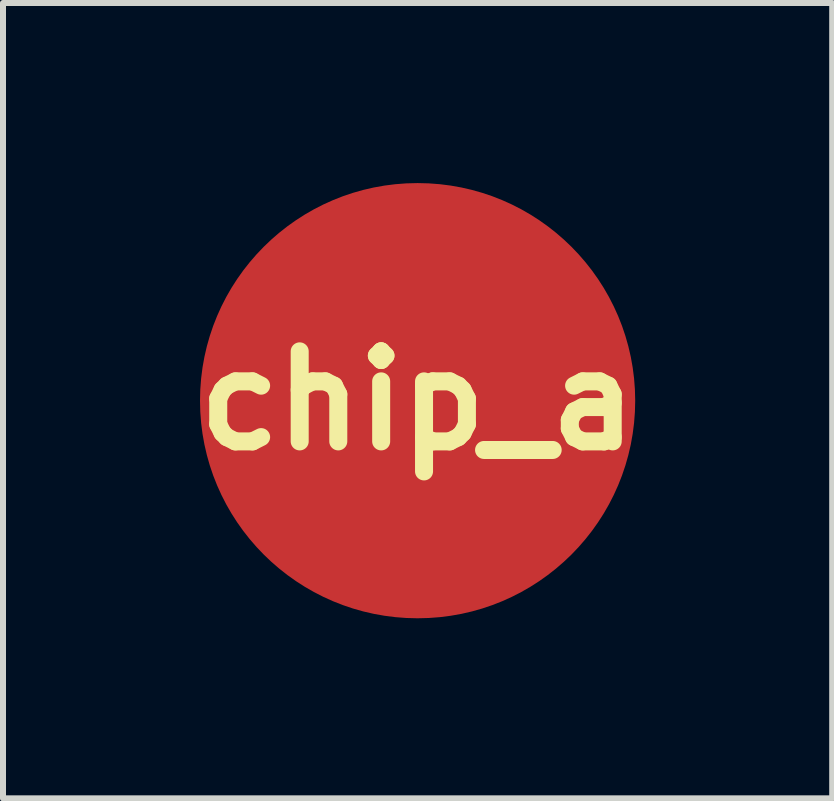
<source format=kicad_pcb>
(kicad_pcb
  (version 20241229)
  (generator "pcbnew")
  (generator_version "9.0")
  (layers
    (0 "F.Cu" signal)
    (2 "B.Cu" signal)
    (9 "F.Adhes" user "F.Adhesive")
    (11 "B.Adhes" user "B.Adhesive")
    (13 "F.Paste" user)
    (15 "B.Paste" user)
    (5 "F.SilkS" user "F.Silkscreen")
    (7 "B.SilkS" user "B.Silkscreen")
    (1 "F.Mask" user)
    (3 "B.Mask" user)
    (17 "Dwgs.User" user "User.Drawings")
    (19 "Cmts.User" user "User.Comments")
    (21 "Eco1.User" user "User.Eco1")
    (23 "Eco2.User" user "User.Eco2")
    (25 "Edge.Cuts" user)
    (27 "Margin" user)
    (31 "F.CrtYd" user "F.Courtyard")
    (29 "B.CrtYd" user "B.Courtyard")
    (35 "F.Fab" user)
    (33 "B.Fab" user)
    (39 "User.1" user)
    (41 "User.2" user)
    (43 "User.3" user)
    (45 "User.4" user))
  (footprint "chip_a"
    (layer "F.Cu")
    (at 3.907 3.625)
    (property "Reference" "chip_a" (at 0 0 0) (layer "F.SilkS") (effects (font (size 1.5 1.5) (thickness 0.3))))
    (attr board_only exclude_from_pos_files exclude_from_bom)
    (fp_poly (pts (xy 0.139 -3.497) (xy 0.234 -3.492) (xy 0.242 -3.491) (xy 0.358 -3.481) (xy 0.474 -3.468) (xy 0.589 -3.45) (xy 0.704 -3.429) (xy 0.817 -3.404) (xy 0.93 -3.375) (xy 1.041 -3.342) (xy 1.151 -3.306) (xy 1.26 -3.266) (xy 1.368 -3.222) (xy 1.474 -3.175) (xy 1.579 -3.124) (xy 1.682 -3.07) (xy 1.783 -3.012) (xy 1.882 -2.951) (xy 1.98 -2.886) (xy 2.076 -2.818) (xy 2.132 -2.776) (xy 2.217 -2.708) (xy 2.3 -2.638) (xy 2.382 -2.564) (xy 2.461 -2.488) (xy 2.538 -2.409) (xy 2.612 -2.33) (xy 2.618 -2.323) (xy 2.694 -2.235) (xy 2.767 -2.144) (xy 2.837 -2.05) (xy 2.904 -1.955) (xy 2.967 -1.856) (xy 3.028 -1.756) (xy 3.085 -1.654) (xy 3.139 -1.549) (xy 3.189 -1.443) (xy 3.201 -1.417) (xy 3.246 -1.31) (xy 3.288 -1.202) (xy 3.326 -1.093) (xy 3.36 -0.982) (xy 3.391 -0.87) (xy 3.418 -0.757) (xy 3.441 -0.643) (xy 3.46 -0.529) (xy 3.476 -0.414) (xy 3.487 -0.298) (xy 3.495 -0.181) (xy 3.499 -0.064) (xy 3.5 0.053) (xy 3.496 0.17) (xy 3.488 0.287) (xy 3.486 0.312) (xy 3.474 0.429) (xy 3.458 0.545) (xy 3.438 0.66) (xy 3.414 0.775) (xy 3.386 0.888) (xy 3.355 1) (xy 3.32 1.111) (xy 3.281 1.22) (xy 3.239 1.329) (xy 3.193 1.435) (xy 3.144 1.541) (xy 3.091 1.644) (xy 3.034 1.746) (xy 2.974 1.846) (xy 2.911 1.945) (xy 2.844 2.041) (xy 2.774 2.135) (xy 2.739 2.179) (xy 2.664 2.27) (xy 2.586 2.359) (xy 2.505 2.445) (xy 2.422 2.527) (xy 2.335 2.607) (xy 2.246 2.685) (xy 2.179 2.739) (xy 2.086 2.811) (xy 1.991 2.879) (xy 1.893 2.945) (xy 1.794 3.006) (xy 1.693 3.064) (xy 1.59 3.119) (xy 1.485 3.17) (xy 1.379 3.218) (xy 1.272 3.262) (xy 1.163 3.302) (xy 1.053 3.339) (xy 0.941 3.372) (xy 0.828 3.401) (xy 0.715 3.427) (xy 0.6 3.449) (xy 0.485 3.467) (xy 0.368 3.481) (xy 0.251 3.491) (xy 0.205 3.494) (xy 0.157 3.497) (xy 0.106 3.498) (xy 0.054 3.499) (xy 0.001 3.5) (xy -0.05 3.5) (xy -0.1 3.499) (xy -0.124 3.498) (xy -0.242 3.492) (xy -0.359 3.482) (xy -0.475 3.468) (xy -0.59 3.45) (xy -0.705 3.429) (xy -0.818 3.404) (xy -0.931 3.375) (xy -1.042 3.342) (xy -1.153 3.306) (xy -1.262 3.266) (xy -1.369 3.222) (xy -1.475 3.175) (xy -1.58 3.124) (xy -1.683 3.07) (xy -1.784 3.012) (xy -1.883 2.95) (xy -1.981 2.886) (xy -2.076 2.818) (xy -2.17 2.746) (xy -2.189 2.731) (xy -2.223 2.704) (xy -2.254 2.678) (xy -2.284 2.652) (xy -2.313 2.627) (xy -2.341 2.602) (xy -2.37 2.575) (xy -2.399 2.548) (xy -2.43 2.518) (xy -2.462 2.486) (xy -2.474 2.474) (xy -2.53 2.417) (xy -2.583 2.361) (xy -2.634 2.305) (xy -2.682 2.248) (xy -2.729 2.191) (xy -2.775 2.133) (xy -2.821 2.072) (xy -2.848 2.035) (xy -2.915 1.938) (xy -2.978 1.839) (xy -3.038 1.738) (xy -3.094 1.636) (xy -3.147 1.532) (xy -3.196 1.427) (xy -3.242 1.32) (xy -3.284 1.212) (xy -3.322 1.103) (xy -3.357 0.993) (xy -3.388 0.881) (xy -3.415 0.769) (xy -3.438 0.655) (xy -3.458 0.541) (xy -3.474 0.426) (xy -3.486 0.31) (xy -3.494 0.194) (xy -3.499 0.077) (xy -3.499 0.001) (xy -3.058 0.001) (xy -3.056 0.111) (xy -3.051 0.211) (xy -3.041 0.321) (xy -3.028 0.431) (xy -3.011 0.539) (xy -2.99 0.646) (xy -2.965 0.753) (xy -2.936 0.858) (xy -2.904 0.962) (xy -2.868 1.065) (xy -2.828 1.167) (xy -2.785 1.267) (xy -2.737 1.365) (xy -2.687 1.462) (xy -2.632 1.558) (xy -2.595 1.619) (xy -2.535 1.711) (xy -2.472 1.801) (xy -2.406 1.888) (xy -2.336 1.973) (xy -2.264 2.056) (xy -2.189 2.136) (xy -2.111 2.213) (xy -2.031 2.287) (xy -1.948 2.358) (xy -1.862 2.426) (xy -1.774 2.492) (xy -1.684 2.554) (xy -1.591 2.613) (xy -1.554 2.635) (xy -1.521 2.654) (xy -1.486 2.673) (xy -1.449 2.694) (xy -1.411 2.714) (xy -1.372 2.734) (xy -1.334 2.753) (xy -1.297 2.77) (xy -1.263 2.787) (xy -1.248 2.793) (xy -1.147 2.836) (xy -1.044 2.876) (xy -0.94 2.911) (xy -0.835 2.943) (xy -0.729 2.971) (xy -0.623 2.995) (xy -0.515 3.016) (xy -0.419 3.03) (xy -0.38 3.035) (xy -0.341 3.04) (xy -0.302 3.044) (xy -0.263 3.048) (xy -0.223 3.051) (xy -0.18 3.053) (xy -0.135 3.056) (xy -0.118 3.057) (xy -0.11 3.057) (xy -0.098 3.057) (xy -0.083 3.057) (xy -0.065 3.057) (xy -0.046 3.058) (xy -0.026 3.058) (xy -0.004 3.058) (xy 0.017 3.058) (xy 0.039 3.057) (xy 0.059 3.057) (xy 0.079 3.057) (xy 0.097 3.057) (xy 0.112 3.057) (xy 0.125 3.056) (xy 0.134 3.056) (xy 0.245 3.049) (xy 0.354 3.038) (xy 0.462 3.024) (xy 0.569 3.006) (xy 0.675 2.984) (xy 0.78 2.958) (xy 0.884 2.929) (xy 0.988 2.896) (xy 1.09 2.858) (xy 1.193 2.817) (xy 1.286 2.776) (xy 1.302 2.769) (xy 1.321 2.76) (xy 1.341 2.75) (xy 1.363 2.739) (xy 1.386 2.727) (xy 1.408 2.716) (xy 1.43 2.704) (xy 1.45 2.694) (xy 1.468 2.684) (xy 1.473 2.681) (xy 1.569 2.626) (xy 1.663 2.568) (xy 1.754 2.506) (xy 1.843 2.441) (xy 1.929 2.373) (xy 2.014 2.302) (xy 2.095 2.228) (xy 2.174 2.151) (xy 2.25 2.072) (xy 2.321 1.992) (xy 2.392 1.907) (xy 2.459 1.82) (xy 2.522 1.731) (xy 2.582 1.64) (xy 2.639 1.547) (xy 2.693 1.452) (xy 2.743 1.356) (xy 2.789 1.258) (xy 2.832 1.158) (xy 2.871 1.057) (xy 2.907 0.954) (xy 2.939 0.851) (xy 2.967 0.746) (xy 2.992 0.64) (xy 3.012 0.532) (xy 3.029 0.424) (xy 3.043 0.315) (xy 3.048 0.257) (xy 3.05 0.235) (xy 3.051 0.215) (xy 3.053 0.197) (xy 3.054 0.18) (xy 3.055 0.163) (xy 3.055 0.146) (xy 3.056 0.128) (xy 3.056 0.109) (xy 3.057 0.087) (xy 3.057 0.063) (xy 3.057 0.036) (xy 3.057 0.034) (xy 3.058 -0.012) (xy 3.058 -0.055) (xy 3.057 -0.095) (xy 3.056 -0.134) (xy 3.054 -0.171) (xy 3.052 -0.209) (xy 3.049 -0.246) (xy 3.046 -0.285) (xy 3.044 -0.301) (xy 3.031 -0.411) (xy 3.014 -0.52) (xy 2.994 -0.628) (xy 2.97 -0.735) (xy 2.941 -0.841) (xy 2.91 -0.946) (xy 2.874 -1.049) (xy 2.834 -1.151) (xy 2.791 -1.252) (xy 2.744 -1.351) (xy 2.694 -1.449) (xy 2.643 -1.541) (xy 2.591 -1.626) (xy 2.536 -1.71) (xy 2.478 -1.793) (xy 2.417 -1.874) (xy 2.353 -1.953) (xy 2.31 -2.005) (xy 2.293 -2.024) (xy 2.277 -2.041) (xy 2.262 -2.059) (xy 2.246 -2.076) (xy 2.228 -2.094) (xy 2.21 -2.113) (xy 2.19 -2.134) (xy 2.167 -2.156) (xy 2.16 -2.164) (xy 2.129 -2.195) (xy 2.099 -2.223) (xy 2.071 -2.25) (xy 2.044 -2.275) (xy 2.017 -2.299) (xy 1.99 -2.323) (xy 1.961 -2.347) (xy 1.93 -2.372) (xy 1.91 -2.389) (xy 1.823 -2.456) (xy 1.734 -2.519) (xy 1.644 -2.579) (xy 1.551 -2.636) (xy 1.457 -2.69) (xy 1.361 -2.739) (xy 1.264 -2.786) (xy 1.165 -2.829) (xy 1.064 -2.868) (xy 0.963 -2.903) (xy 0.86 -2.935) (xy 0.756 -2.964) (xy 0.651 -2.988) (xy 0.545 -3.009) (xy 0.439 -3.027) (xy 0.331 -3.04) (xy 0.223 -3.05) (xy 0.115 -3.056) (xy 0.006 -3.058) (xy -0.103 -3.056) (xy -0.213 -3.051) (xy -0.323 -3.041) (xy -0.343 -3.039) (xy -0.452 -3.025) (xy -0.559 -3.007) (xy -0.666 -2.985) (xy -0.771 -2.96) (xy -0.875 -2.931) (xy -0.978 -2.898) (xy -1.08 -2.862) (xy -1.18 -2.822) (xy -1.278 -2.779) (xy -1.375 -2.732) (xy -1.471 -2.682) (xy -1.564 -2.628) (xy -1.656 -2.571) (xy -1.745 -2.511) (xy -1.833 -2.448) (xy -1.918 -2.382) (xy -2.001 -2.312) (xy -2.082 -2.239) (xy -2.161 -2.164) (xy -2.236 -2.085) (xy -2.31 -2.004) (xy -2.381 -1.919) (xy -2.39 -1.908) (xy -2.457 -1.821) (xy -2.521 -1.732) (xy -2.581 -1.641) (xy -2.638 -1.549) (xy -2.691 -1.454) (xy -2.741 -1.358) (xy -2.787 -1.26) (xy -2.83 -1.161) (xy -2.869 -1.06) (xy -2.905 -0.959) (xy -2.937 -0.855) (xy -2.965 -0.751) (xy -2.99 -0.646) (xy -3.011 -0.54) (xy -3.028 -0.433) (xy -3.041 -0.325) (xy -3.051 -0.217) (xy -3.056 -0.108) (xy -3.058 0.001) (xy -3.499 0.001) (xy -3.499 -0.04) (xy -3.496 -0.158) (xy -3.489 -0.276) (xy -3.481 -0.36) (xy -3.468 -0.476) (xy -3.45 -0.591) (xy -3.428 -0.706) (xy -3.403 -0.819) (xy -3.374 -0.932) (xy -3.341 -1.043) (xy -3.305 -1.153) (xy -3.265 -1.262) (xy -3.221 -1.37) (xy -3.174 -1.476) (xy -3.123 -1.581) (xy -3.068 -1.684) (xy -3.01 -1.785) (xy -2.949 -1.885) (xy -2.884 -1.982) (xy -2.816 -2.078) (xy -2.803 -2.095) (xy -2.76 -2.152) (xy -2.717 -2.206) (xy -2.674 -2.258) (xy -2.63 -2.309) (xy -2.584 -2.359) (xy -2.537 -2.41) (xy -2.486 -2.462) (xy -2.474 -2.474) (xy -2.44 -2.508) (xy -2.407 -2.54) (xy -2.375 -2.57) (xy -2.344 -2.598) (xy -2.313 -2.626) (xy -2.281 -2.654) (xy -2.248 -2.682) (xy -2.237 -2.692) (xy -2.145 -2.765) (xy -2.051 -2.836) (xy -1.955 -2.903) (xy -1.857 -2.966) (xy -1.758 -3.027) (xy -1.656 -3.083) (xy -1.553 -3.137) (xy -1.448 -3.187) (xy -1.341 -3.233) (xy -1.234 -3.276) (xy -1.124 -3.315) (xy -1.014 -3.35) (xy -0.902 -3.382) (xy -0.789 -3.41) (xy -0.675 -3.434) (xy -0.56 -3.455) (xy -0.445 -3.471) (xy -0.328 -3.484) (xy -0.242 -3.491) (xy -0.148 -3.496) (xy -0.053 -3.499) (xy 0.043 -3.499)) (stroke (width 0) (type solid)) (fill yes) (layer "F.Mask"))
    (fp_poly (pts (xy 1.278 -2.217) (xy 1.295 -2.216) (xy 1.31 -2.214) (xy 1.312 -2.213) (xy 1.341 -2.205) (xy 1.368 -2.194) (xy 1.393 -2.18) (xy 1.415 -2.162) (xy 1.435 -2.142) (xy 1.452 -2.12) (xy 1.467 -2.095) (xy 1.478 -2.068) (xy 1.486 -2.04) (xy 1.49 -2.016) (xy 1.491 -1.988) (xy 1.488 -1.96) (xy 1.482 -1.932) (xy 1.473 -1.906) (xy 1.46 -1.881) (xy 1.457 -1.876) (xy 1.448 -1.862) (xy 1.452 -1.84) (xy 1.457 -1.794) (xy 1.459 -1.749) (xy 1.457 -1.703) (xy 1.452 -1.657) (xy 1.452 -1.657) (xy 1.442 -1.613) (xy 1.429 -1.57) (xy 1.413 -1.528) (xy 1.393 -1.488) (xy 1.371 -1.449) (xy 1.345 -1.413) (xy 1.317 -1.38) (xy 1.312 -1.375) (xy 1.293 -1.355) (xy 1.327 -1.328) (xy 1.356 -1.305) (xy 1.387 -1.279) (xy 1.418 -1.253) (xy 1.447 -1.226) (xy 1.456 -1.219) (xy 1.468 -1.207) (xy 1.482 -1.194) (xy 1.498 -1.178) (xy 1.514 -1.162) (xy 1.531 -1.145) (xy 1.548 -1.128) (xy 1.564 -1.111) (xy 1.579 -1.096) (xy 1.591 -1.082) (xy 1.599 -1.074) (xy 1.659 -1.003) (xy 1.716 -0.931) (xy 1.77 -0.856) (xy 1.82 -0.78) (xy 1.867 -0.701) (xy 1.91 -0.621) (xy 1.95 -0.539) (xy 1.987 -0.456) (xy 2.019 -0.371) (xy 2.048 -0.285) (xy 2.074 -0.198) (xy 2.096 -0.109) (xy 2.113 -0.02) (xy 2.128 0.071) (xy 2.138 0.16) (xy 2.143 0.238) (xy 2.146 0.318) (xy 2.146 0.398) (xy 2.144 0.477) (xy 2.139 0.55) (xy 2.129 0.642) (xy 2.115 0.732) (xy 2.097 0.821) (xy 2.076 0.909) (xy 2.051 0.996) (xy 2.022 1.082) (xy 1.99 1.166) (xy 1.955 1.249) (xy 1.916 1.33) (xy 1.873 1.41) (xy 1.827 1.487) (xy 1.778 1.563) (xy 1.726 1.637) (xy 1.671 1.708) (xy 1.612 1.778) (xy 1.551 1.845) (xy 1.486 1.909) (xy 1.418 1.971) (xy 1.348 2.031) (xy 1.315 2.057) (xy 1.284 2.08) (xy 1.251 2.105) (xy 1.215 2.13) (xy 1.205 2.137) (xy 1.173 2.159) (xy 1.101 2.346) (xy 1.09 2.372) (xy 1.081 2.398) (xy 1.071 2.422) (xy 1.062 2.444) (xy 1.054 2.465) (xy 1.047 2.484) (xy 1.04 2.501) (xy 1.034 2.515) (xy 1.03 2.527) (xy 1.026 2.536) (xy 1.024 2.541) (xy 1.023 2.542) (xy 1.01 2.564) (xy 0.994 2.582) (xy 0.976 2.598) (xy 0.955 2.611) (xy 0.931 2.621) (xy 0.921 2.624) (xy 0.905 2.627) (xy 0.888 2.628) (xy 0.869 2.628) (xy 0.852 2.626) (xy 0.842 2.624) (xy 0.818 2.616) (xy 0.796 2.604) (xy 0.776 2.589) (xy 0.759 2.572) (xy 0.744 2.551) (xy 0.744 2.55) (xy 0.741 2.546) (xy 0.738 2.538) (xy 0.733 2.527) (xy 0.728 2.514) (xy 0.722 2.499) (xy 0.715 2.484) (xy 0.709 2.467) (xy 0.709 2.467) (xy 0.681 2.396) (xy 0.655 2.405) (xy 0.57 2.43) (xy 0.484 2.452) (xy 0.397 2.47) (xy 0.309 2.484) (xy 0.22 2.495) (xy 0.13 2.502) (xy 0.04 2.506) (xy -0.05 2.506) (xy -0.14 2.502) (xy -0.23 2.494) (xy -0.319 2.483) (xy -0.362 2.476) (xy -0.414 2.466) (xy -0.465 2.456) (xy -0.515 2.444) (xy -0.565 2.431) (xy -0.618 2.416) (xy -0.631 2.412) (xy -0.644 2.408) (xy -0.655 2.405) (xy -0.664 2.403) (xy -0.671 2.401) (xy -0.675 2.4) (xy -0.675 2.4) (xy -0.676 2.402) (xy -0.678 2.407) (xy -0.682 2.415) (xy -0.686 2.426) (xy -0.691 2.439) (xy -0.697 2.454) (xy -0.703 2.47) (xy -0.706 2.478) (xy -0.713 2.495) (xy -0.719 2.512) (xy -0.726 2.527) (xy -0.731 2.541) (xy -0.736 2.553) (xy -0.74 2.562) (xy -0.743 2.568) (xy -0.744 2.569) (xy -0.755 2.585) (xy -0.769 2.6) (xy -0.784 2.613) (xy -0.801 2.625) (xy -0.818 2.633) (xy -0.824 2.636) (xy -0.844 2.641) (xy -0.866 2.645) (xy -0.887 2.645) (xy -0.908 2.644) (xy -0.914 2.642) (xy -0.938 2.635) (xy -0.961 2.625) (xy -0.981 2.611) (xy -0.998 2.595) (xy -1.013 2.576) (xy -1.022 2.56) (xy -1.024 2.557) (xy -1.027 2.55) (xy -1.031 2.539) (xy -1.036 2.526) (xy -1.043 2.51) (xy -1.05 2.492) (xy -1.058 2.472) (xy -1.066 2.45) (xy -1.076 2.426) (xy -1.085 2.401) (xy -1.096 2.375) (xy -1.105 2.352) (xy -1.115 2.325) (xy -1.125 2.3) (xy -1.134 2.276) (xy -1.143 2.253) (xy -1.151 2.232) (xy -1.159 2.213) (xy -1.165 2.196) (xy -1.171 2.182) (xy -1.175 2.17) (xy -1.179 2.161) (xy -1.181 2.156) (xy -1.181 2.154) (xy -1.183 2.152) (xy -1.188 2.149) (xy -1.195 2.144) (xy -1.203 2.137) (xy -1.213 2.131) (xy -1.213 2.131) (xy -1.282 2.081) (xy -1.35 2.029) (xy -1.416 1.973) (xy -1.481 1.914) (xy -1.543 1.852) (xy -1.602 1.788) (xy -1.659 1.722) (xy -1.679 1.697) (xy -1.735 1.625) (xy -1.787 1.55) (xy -1.836 1.473) (xy -1.882 1.394) (xy -1.924 1.313) (xy -1.962 1.23) (xy -1.998 1.147) (xy -2.029 1.061) (xy -2.057 0.975) (xy -2.081 0.887) (xy -2.102 0.798) (xy -2.116 0.721) (xy -1.709 0.721) (xy -1.708 0.735) (xy -1.704 0.748) (xy -1.697 0.759) (xy -1.693 0.763) (xy -1.683 0.772) (xy -1.671 0.776) (xy -1.657 0.778) (xy -1.655 0.778) (xy -1.641 0.778) (xy -1.357 0.653) (xy -1.325 0.639) (xy -1.294 0.625) (xy -1.264 0.612) (xy -1.235 0.599) (xy -1.208 0.587) (xy -1.182 0.576) (xy -1.158 0.566) (xy -1.137 0.556) (xy -1.117 0.548) (xy -1.1 0.541) (xy -1.086 0.535) (xy -1.075 0.53) (xy -1.067 0.527) (xy -1.062 0.525) (xy -1.061 0.524) (xy -1.042 0.522) (xy -1.024 0.523) (xy -1.006 0.527) (xy -0.989 0.534) (xy -0.974 0.545) (xy -0.96 0.558) (xy -0.948 0.573) (xy -0.94 0.591) (xy -0.94 0.591) (xy -0.937 0.601) (xy -0.935 0.613) (xy -0.934 0.626) (xy -0.935 0.638) (xy -0.936 0.648) (xy -0.937 0.651) (xy -0.939 0.658) (xy -0.943 0.667) (xy -0.949 0.68) (xy -0.955 0.695) (xy -0.963 0.713) (xy -0.972 0.734) (xy -0.982 0.756) (xy -0.992 0.781) (xy -1.004 0.807) (xy -1.016 0.835) (xy -1.029 0.865) (xy -1.043 0.895) (xy -1.056 0.927) (xy -1.063 0.942) (xy -1.08 0.98) (xy -1.095 1.014) (xy -1.109 1.045) (xy -1.121 1.073) (xy -1.132 1.098) (xy -1.142 1.12) (xy -1.15 1.14) (xy -1.158 1.157) (xy -1.164 1.172) (xy -1.17 1.185) (xy -1.174 1.196) (xy -1.178 1.205) (xy -1.181 1.213) (xy -1.184 1.219) (xy -1.186 1.225) (xy -1.187 1.229) (xy -1.188 1.232) (xy -1.189 1.235) (xy -1.189 1.237) (xy -1.189 1.239) (xy -1.189 1.24) (xy -1.189 1.253) (xy -1.186 1.264) (xy -1.181 1.275) (xy -1.18 1.276) (xy -1.17 1.286) (xy -1.158 1.294) (xy -1.145 1.297) (xy -1.132 1.298) (xy -1.118 1.295) (xy -1.111 1.292) (xy -1.104 1.287) (xy -1.097 1.282) (xy -1.094 1.279) (xy -1.093 1.276) (xy -1.09 1.27) (xy -1.086 1.261) (xy -1.08 1.249) (xy -1.073 1.234) (xy -1.065 1.217) (xy -1.056 1.197) (xy -1.047 1.176) (xy -1.036 1.152) (xy -1.025 1.128) (xy -1.014 1.102) (xy -1.002 1.075) (xy -0.99 1.047) (xy -0.977 1.018) (xy -0.964 0.99) (xy -0.952 0.961) (xy -0.939 0.932) (xy -0.927 0.904) (xy -0.915 0.877) (xy -0.903 0.85) (xy -0.892 0.825) (xy -0.882 0.8) (xy -0.872 0.778) (xy -0.863 0.757) (xy -0.855 0.739) (xy -0.848 0.722) (xy -0.842 0.708) (xy -0.837 0.697) (xy -0.834 0.689) (xy -0.832 0.685) (xy -0.832 0.684) (xy -0.826 0.656) (xy -0.825 0.637) (xy 0.825 0.637) (xy 0.826 0.653) (xy 0.829 0.669) (xy 0.832 0.684) (xy 0.835 0.693) (xy 0.837 0.696) (xy 0.839 0.703) (xy 0.844 0.713) (xy 0.849 0.726) (xy 0.856 0.741) (xy 0.863 0.759) (xy 0.872 0.779) (xy 0.882 0.801) (xy 0.892 0.824) (xy 0.903 0.849) (xy 0.914 0.875) (xy 0.926 0.902) (xy 0.938 0.929) (xy 0.951 0.957) (xy 0.963 0.986) (xy 0.976 1.014) (xy 0.988 1.042) (xy 1 1.07) (xy 1.012 1.097) (xy 1.024 1.123) (xy 1.035 1.148) (xy 1.045 1.171) (xy 1.055 1.192) (xy 1.064 1.212) (xy 1.071 1.23) (xy 1.078 1.245) (xy 1.084 1.258) (xy 1.088 1.267) (xy 1.091 1.274) (xy 1.093 1.277) (xy 1.093 1.277) (xy 1.101 1.285) (xy 1.111 1.292) (xy 1.121 1.296) (xy 1.122 1.296) (xy 1.136 1.298) (xy 1.15 1.296) (xy 1.162 1.292) (xy 1.173 1.284) (xy 1.182 1.274) (xy 1.188 1.262) (xy 1.191 1.249) (xy 1.191 1.238) (xy 1.19 1.235) (xy 1.188 1.228) (xy 1.183 1.218) (xy 1.178 1.205) (xy 1.171 1.188) (xy 1.162 1.169) (xy 1.153 1.146) (xy 1.142 1.12) (xy 1.129 1.092) (xy 1.116 1.061) (xy 1.101 1.027) (xy 1.085 0.991) (xy 1.068 0.953) (xy 1.065 0.945) (xy 1.051 0.913) (xy 1.037 0.882) (xy 1.024 0.852) (xy 1.011 0.823) (xy 0.999 0.796) (xy 0.988 0.77) (xy 0.978 0.747) (xy 0.969 0.725) (xy 0.96 0.706) (xy 0.953 0.689) (xy 0.947 0.675) (xy 0.942 0.664) (xy 0.939 0.656) (xy 0.937 0.652) (xy 0.937 0.651) (xy 0.934 0.632) (xy 0.935 0.614) (xy 0.939 0.595) (xy 0.945 0.579) (xy 0.951 0.57) (xy 0.959 0.56) (xy 0.969 0.551) (xy 0.979 0.542) (xy 0.988 0.535) (xy 0.992 0.533) (xy 1.01 0.526) (xy 1.029 0.522) (xy 1.048 0.522) (xy 1.066 0.525) (xy 1.071 0.527) (xy 1.074 0.528) (xy 1.08 0.531) (xy 1.09 0.535) (xy 1.103 0.541) (xy 1.118 0.547) (xy 1.136 0.555) (xy 1.157 0.564) (xy 1.179 0.574) (xy 1.204 0.585) (xy 1.23 0.597) (xy 1.258 0.609) (xy 1.288 0.622) (xy 1.318 0.635) (xy 1.35 0.649) (xy 1.361 0.654) (xy 1.641 0.778) (xy 1.656 0.778) (xy 1.665 0.778) (xy 1.672 0.777) (xy 1.678 0.774) (xy 1.679 0.774) (xy 1.69 0.767) (xy 1.698 0.759) (xy 1.705 0.749) (xy 1.709 0.735) (xy 1.71 0.722) (xy 1.708 0.709) (xy 1.702 0.696) (xy 1.694 0.686) (xy 1.684 0.677) (xy 1.682 0.676) (xy 1.678 0.675) (xy 1.672 0.672) (xy 1.662 0.667) (xy 1.649 0.662) (xy 1.634 0.655) (xy 1.616 0.647) (xy 1.596 0.638) (xy 1.574 0.628) (xy 1.551 0.618) (xy 1.526 0.607) (xy 1.5 0.596) (xy 1.473 0.584) (xy 1.445 0.571) (xy 1.417 0.559) (xy 1.389 0.547) (xy 1.36 0.534) (xy 1.333 0.522) (xy 1.305 0.51) (xy 1.278 0.498) (xy 1.253 0.487) (xy 1.228 0.476) (xy 1.205 0.466) (xy 1.184 0.457) (xy 1.165 0.449) (xy 1.148 0.441) (xy 1.134 0.435) (xy 1.122 0.43) (xy 1.113 0.426) (xy 1.108 0.424) (xy 1.106 0.423) (xy 1.081 0.417) (xy 1.055 0.413) (xy 1.028 0.413) (xy 1.001 0.415) (xy 0.976 0.421) (xy 0.969 0.424) (xy 0.945 0.434) (xy 0.923 0.447) (xy 0.903 0.462) (xy 0.885 0.479) (xy 0.873 0.492) (xy 0.864 0.503) (xy 0.856 0.515) (xy 0.848 0.529) (xy 0.845 0.536) (xy 0.837 0.553) (xy 0.832 0.568) (xy 0.829 0.584) (xy 0.826 0.601) (xy 0.825 0.618) (xy 0.825 0.637) (xy -0.825 0.637) (xy -0.824 0.627) (xy -0.825 0.6) (xy -0.831 0.572) (xy -0.84 0.545) (xy -0.853 0.52) (xy -0.869 0.495) (xy -0.877 0.485) (xy -0.893 0.469) (xy -0.913 0.453) (xy -0.934 0.44) (xy -0.956 0.429) (xy -0.97 0.423) (xy -0.996 0.416) (xy -1.023 0.413) (xy -1.051 0.413) (xy -1.078 0.416) (xy -1.104 0.423) (xy -1.105 0.423) (xy -1.108 0.424) (xy -1.115 0.427) (xy -1.125 0.432) (xy -1.138 0.437) (xy -1.154 0.444) (xy -1.173 0.452) (xy -1.193 0.461) (xy -1.217 0.471) (xy -1.242 0.482) (xy -1.268 0.494) (xy -1.297 0.506) (xy -1.326 0.519) (xy -1.357 0.533) (xy -1.389 0.547) (xy -1.403 0.553) (xy -1.443 0.571) (xy -1.479 0.587) (xy -1.511 0.601) (xy -1.541 0.614) (xy -1.567 0.626) (xy -1.591 0.636) (xy -1.612 0.646) (xy -1.63 0.654) (xy -1.645 0.661) (xy -1.658 0.667) (xy -1.669 0.672) (xy -1.678 0.676) (xy -1.684 0.679) (xy -1.689 0.682) (xy -1.692 0.684) (xy -1.693 0.685) (xy -1.702 0.695) (xy -1.707 0.708) (xy -1.709 0.721) (xy -2.116 0.721) (xy -2.118 0.708) (xy -2.129 0.637) (xy -2.133 0.599) (xy -2.137 0.562) (xy -2.14 0.527) (xy -2.143 0.492) (xy -2.144 0.456) (xy -2.145 0.418) (xy -2.145 0.379) (xy -2.145 0.336) (xy -2.145 0.331) (xy -2.145 0.295) (xy -2.144 0.261) (xy -2.142 0.23) (xy -2.141 0.2) (xy -2.139 0.171) (xy -2.136 0.142) (xy -2.133 0.112) (xy -2.128 0.081) (xy -2.124 0.047) (xy -2.109 -0.042) (xy -2.091 -0.13) (xy -2.088 -0.142) (xy -0.624 -0.142) (xy -0.623 -0.13) (xy -0.623 -0.121) (xy -0.622 -0.114) (xy -0.621 -0.107) (xy -0.619 -0.101) (xy -0.612 -0.082) (xy -0.603 -0.065) (xy -0.592 -0.049) (xy -0.58 -0.037) (xy -0.563 -0.022) (xy -0.545 -0.01) (xy -0.526 -0.001) (xy -0.515 0.002) (xy -0.503 0.004) (xy -0.489 0.005) (xy -0.474 0.006) (xy -0.459 0.005) (xy -0.446 0.004) (xy -0.442 0.003) (xy -0.435 0.001) (xy -0.425 -0.003) (xy -0.415 -0.007) (xy -0.411 -0.009) (xy -0.402 -0.014) (xy -0.395 -0.018) (xy -0.389 -0.022) (xy -0.382 -0.028) (xy -0.374 -0.036) (xy -0.373 -0.037) (xy -0.368 -0.043) (xy -0.178 -0.043) (xy -0.178 -0.036) (xy -0.174 -0.009) (xy -0.166 0.016) (xy -0.155 0.04) (xy -0.148 0.051) (xy -0.14 0.062) (xy -0.129 0.074) (xy -0.117 0.085) (xy -0.105 0.096) (xy -0.093 0.104) (xy -0.089 0.106) (xy -0.075 0.113) (xy -0.059 0.12) (xy -0.043 0.125) (xy -0.028 0.128) (xy -0.026 0.129) (xy -0.013 0.13) (xy 0.003 0.13) (xy 0.019 0.129) (xy 0.034 0.127) (xy 0.043 0.125) (xy 0.068 0.117) (xy 0.091 0.106) (xy 0.112 0.091) (xy 0.131 0.074) (xy 0.147 0.053) (xy 0.16 0.031) (xy 0.17 0.008) (xy 0.174 -0.008) (xy 0.177 -0.024) (xy 0.178 -0.04) (xy 0.178 -0.054) (xy 0.176 -0.066) (xy 0.173 -0.072) (xy 0.165 -0.083) (xy 0.155 -0.092) (xy 0.143 -0.099) (xy 0.131 -0.103) (xy 0.124 -0.103) (xy 0.112 -0.101) (xy 0.1 -0.097) (xy 0.089 -0.09) (xy 0.088 -0.089) (xy 0.08 -0.081) (xy 0.075 -0.073) (xy 0.072 -0.063) (xy 0.07 -0.051) (xy 0.069 -0.047) (xy 0.067 -0.031) (xy 0.062 -0.018) (xy 0.055 -0.007) (xy 0.049 -0.000265) (xy 0.037 0.01) (xy 0.023 0.017) (xy 0.008 0.02) (xy -0.007 0.02) (xy -0.022 0.017) (xy -0.036 0.01) (xy -0.048 0.000086) (xy -0.05 -0.001) (xy -0.059 -0.015) (xy -0.066 -0.029) (xy -0.069 -0.046) (xy -0.071 -0.062) (xy -0.077 -0.076) (xy -0.086 -0.087) (xy -0.097 -0.096) (xy -0.108 -0.1) (xy -0.123 -0.103) (xy -0.136 -0.102) (xy -0.149 -0.097) (xy -0.16 -0.088) (xy -0.162 -0.086) (xy -0.17 -0.077) (xy -0.175 -0.067) (xy -0.178 -0.056) (xy -0.178 -0.043) (xy -0.368 -0.043) (xy -0.364 -0.047) (xy -0.357 -0.054) (xy -0.352 -0.061) (xy -0.348 -0.069) (xy -0.346 -0.073) (xy -0.339 -0.087) (xy -0.335 -0.099) (xy -0.332 -0.111) (xy -0.331 -0.124) (xy -0.33 -0.139) (xy -0.33 -0.141) (xy 0.33 -0.141) (xy 0.331 -0.125) (xy 0.332 -0.112) (xy 0.336 -0.099) (xy 0.34 -0.086) (xy 0.346 -0.073) (xy 0.357 -0.056) (xy 0.371 -0.039) (xy 0.387 -0.024) (xy 0.405 -0.012) (xy 0.423 -0.003) (xy 0.424 -0.003) (xy 0.446 0.003) (xy 0.468 0.006) (xy 0.49 0.006) (xy 0.511 0.003) (xy 0.514 0.002) (xy 0.535 -0.005) (xy 0.555 -0.016) (xy 0.573 -0.029) (xy 0.59 -0.045) (xy 0.603 -0.063) (xy 0.609 -0.073) (xy 0.615 -0.087) (xy 0.619 -0.1) (xy 0.622 -0.114) (xy 0.623 -0.129) (xy 0.624 -0.141) (xy 0.624 -0.153) (xy 0.623 -0.162) (xy 0.622 -0.169) (xy 0.621 -0.176) (xy 0.619 -0.182) (xy 0.61 -0.206) (xy 0.598 -0.226) (xy 0.582 -0.244) (xy 0.564 -0.26) (xy 0.545 -0.272) (xy 0.526 -0.28) (xy 0.506 -0.285) (xy 0.485 -0.288) (xy 0.478 -0.288) (xy 0.461 -0.287) (xy 0.445 -0.285) (xy 0.43 -0.281) (xy 0.414 -0.274) (xy 0.411 -0.272) (xy 0.402 -0.268) (xy 0.394 -0.263) (xy 0.387 -0.258) (xy 0.38 -0.251) (xy 0.374 -0.245) (xy 0.365 -0.236) (xy 0.359 -0.229) (xy 0.354 -0.222) (xy 0.35 -0.215) (xy 0.346 -0.208) (xy 0.34 -0.193) (xy 0.335 -0.181) (xy 0.332 -0.168) (xy 0.331 -0.154) (xy 0.33 -0.141) (xy -0.33 -0.141) (xy -0.33 -0.142) (xy -0.33 -0.153) (xy -0.331 -0.162) (xy -0.332 -0.169) (xy -0.333 -0.175) (xy -0.335 -0.183) (xy -0.336 -0.184) (xy -0.345 -0.207) (xy -0.358 -0.228) (xy -0.373 -0.246) (xy -0.391 -0.261) (xy -0.409 -0.272) (xy -0.428 -0.28) (xy -0.447 -0.285) (xy -0.468 -0.288) (xy -0.476 -0.288) (xy -0.495 -0.287) (xy -0.511 -0.284) (xy -0.527 -0.279) (xy -0.543 -0.273) (xy -0.562 -0.261) (xy -0.58 -0.246) (xy -0.595 -0.228) (xy -0.608 -0.208) (xy -0.617 -0.186) (xy -0.62 -0.178) (xy -0.622 -0.171) (xy -0.623 -0.165) (xy -0.623 -0.158) (xy -0.624 -0.148) (xy -0.624 -0.142) (xy -2.088 -0.142) (xy -2.068 -0.218) (xy -2.042 -0.304) (xy -2.013 -0.389) (xy -1.979 -0.472) (xy -1.943 -0.554) (xy -1.903 -0.635) (xy -1.859 -0.714) (xy -1.812 -0.791) (xy -1.763 -0.866) (xy -1.71 -0.939) (xy -1.653 -1.009) (xy -1.594 -1.078) (xy -1.532 -1.144) (xy -1.468 -1.207) (xy -1.4 -1.268) (xy -1.33 -1.326) (xy -1.325 -1.329) (xy -1.316 -1.336) (xy -1.309 -1.342) (xy -1.302 -1.347) (xy -1.298 -1.35) (xy -1.297 -1.351) (xy -1.295 -1.353) (xy -1.295 -1.354) (xy -1.295 -1.356) (xy -1.298 -1.36) (xy -1.302 -1.365) (xy -1.309 -1.372) (xy -1.311 -1.374) (xy -1.324 -1.389) (xy -1.336 -1.403) (xy -1.347 -1.416) (xy -1.357 -1.431) (xy -1.368 -1.447) (xy -1.391 -1.485) (xy -1.411 -1.526) (xy -1.428 -1.568) (xy -1.441 -1.612) (xy -1.448 -1.643) (xy -1.452 -1.664) (xy -1.455 -1.683) (xy -1.457 -1.702) (xy -1.458 -1.722) (xy -1.458 -1.744) (xy -1.458 -1.749) (xy -1.458 -1.771) (xy -1.457 -1.791) (xy -1.456 -1.809) (xy -1.453 -1.827) (xy -1.45 -1.846) (xy -1.447 -1.859) (xy -1.445 -1.87) (xy -1.443 -1.88) (xy -1.442 -1.887) (xy -1.441 -1.893) (xy -1.441 -1.894) (xy -1.442 -1.898) (xy -1.444 -1.905) (xy -1.447 -1.911) (xy -1.455 -1.935) (xy -1.46 -1.961) (xy -1.462 -1.988) (xy -1.462 -2.015) (xy -1.458 -2.042) (xy -1.456 -2.05) (xy -1.447 -2.078) (xy -1.434 -2.103) (xy -1.419 -2.127) (xy -1.401 -2.149) (xy -1.38 -2.168) (xy -1.357 -2.184) (xy -1.332 -2.198) (xy -1.305 -2.208) (xy -1.279 -2.214) (xy -1.264 -2.216) (xy -1.247 -2.217) (xy -1.229 -2.217) (xy -1.212 -2.216) (xy -1.197 -2.214) (xy -1.195 -2.213) (xy -1.166 -2.205) (xy -1.139 -2.194) (xy -1.114 -2.179) (xy -1.091 -2.162) (xy -1.071 -2.141) (xy -1.053 -2.118) (xy -1.039 -2.093) (xy -1.028 -2.066) (xy -1.02 -2.038) (xy -1.016 -2.009) (xy -1.016 -1.981) (xy -1.02 -1.953) (xy -1.027 -1.926) (xy -1.037 -1.899) (xy -1.051 -1.874) (xy -1.068 -1.85) (xy -1.084 -1.833) (xy -1.103 -1.817) (xy -1.124 -1.803) (xy -1.146 -1.791) (xy -1.168 -1.783) (xy -1.182 -1.778) (xy -1.181 -1.742) (xy -1.181 -1.728) (xy -1.18 -1.716) (xy -1.179 -1.707) (xy -1.178 -1.698) (xy -1.176 -1.69) (xy -1.175 -1.687) (xy -1.165 -1.654) (xy -1.152 -1.624) (xy -1.136 -1.597) (xy -1.117 -1.571) (xy -1.103 -1.557) (xy -1.095 -1.549) (xy -1.087 -1.542) (xy -1.077 -1.534) (xy -1.069 -1.527) (xy -1.061 -1.522) (xy -1.054 -1.518) (xy -1.051 -1.516) (xy -1.048 -1.517) (xy -1.041 -1.519) (xy -1.031 -1.524) (xy -1.024 -1.528) (xy -0.943 -1.569) (xy -0.861 -1.607) (xy -0.777 -1.642) (xy -0.692 -1.673) (xy -0.605 -1.7) (xy -0.517 -1.724) (xy -0.428 -1.744) (xy -0.339 -1.76) (xy -0.249 -1.773) (xy -0.218 -1.776) (xy -0.195 -1.778) (xy -0.175 -1.78) (xy -0.157 -1.782) (xy -0.14 -1.783) (xy -0.123 -1.784) (xy -0.105 -1.784) (xy -0.086 -1.785) (xy -0.065 -1.786) (xy -0.041 -1.786) (xy -0.031 -1.786) (xy 0.03 -1.786) (xy 0.087 -1.785) (xy 0.143 -1.782) (xy 0.199 -1.778) (xy 0.254 -1.772) (xy 0.312 -1.765) (xy 0.33 -1.762) (xy 0.416 -1.747) (xy 0.502 -1.728) (xy 0.588 -1.706) (xy 0.672 -1.68) (xy 0.756 -1.65) (xy 0.837 -1.618) (xy 0.917 -1.582) (xy 0.995 -1.543) (xy 1.018 -1.531) (xy 1.028 -1.526) (xy 1.037 -1.521) (xy 1.044 -1.518) (xy 1.048 -1.516) (xy 1.05 -1.515) (xy 1.053 -1.516) (xy 1.059 -1.52) (xy 1.066 -1.525) (xy 1.075 -1.532) (xy 1.084 -1.54) (xy 1.093 -1.548) (xy 1.102 -1.556) (xy 1.103 -1.557) (xy 1.125 -1.581) (xy 1.144 -1.608) (xy 1.159 -1.636) (xy 1.17 -1.666) (xy 1.178 -1.697) (xy 1.182 -1.729) (xy 1.183 -1.746) (xy 1.183 -1.76) (xy 1.182 -1.77) (xy 1.182 -1.778) (xy 1.181 -1.783) (xy 1.179 -1.787) (xy 1.176 -1.79) (xy 1.172 -1.792) (xy 1.172 -1.792) (xy 1.158 -1.799) (xy 1.143 -1.809) (xy 1.128 -1.821) (xy 1.113 -1.833) (xy 1.1 -1.846) (xy 1.091 -1.857) (xy 1.074 -1.882) (xy 1.061 -1.908) (xy 1.052 -1.935) (xy 1.046 -1.963) (xy 1.044 -1.992) (xy 1.045 -2.021) (xy 1.051 -2.049) (xy 1.06 -2.077) (xy 1.063 -2.085) (xy 1.076 -2.11) (xy 1.093 -2.134) (xy 1.112 -2.155) (xy 1.134 -2.173) (xy 1.157 -2.189) (xy 1.183 -2.201) (xy 1.21 -2.21) (xy 1.227 -2.214) (xy 1.243 -2.216) (xy 1.26 -2.217)) (stroke (width 0) (type solid)) (fill yes) (layer "F.Mask"))
    (pad "1" smd circle (at 0 0) (size 7.25 7.25) (layers "F.Cu")))
  (gr_rect
    (start -3 -3)
    (end 10.814 10.25)
    (stroke (width 0.1) (type default))
    (fill no)
    (layer "Edge.Cuts")))
</source>
